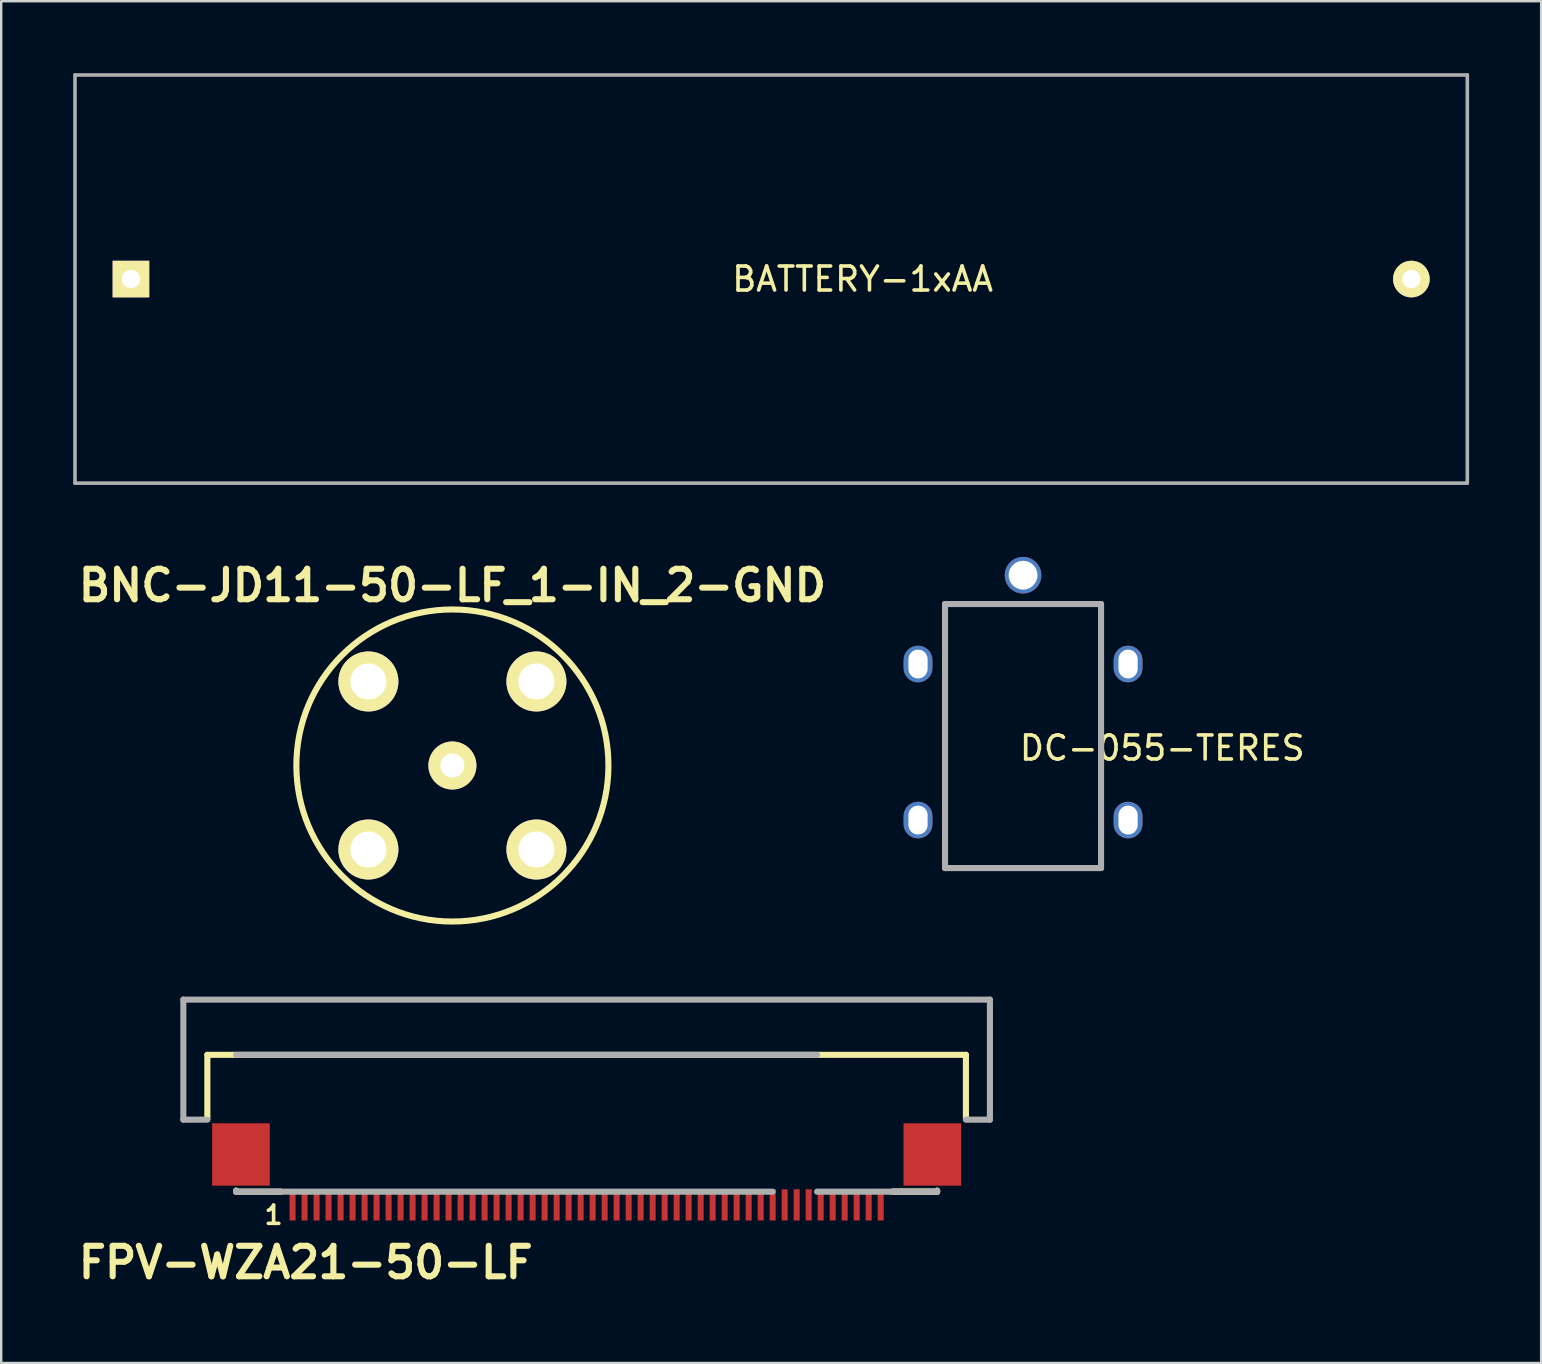
<source format=kicad_pcb>
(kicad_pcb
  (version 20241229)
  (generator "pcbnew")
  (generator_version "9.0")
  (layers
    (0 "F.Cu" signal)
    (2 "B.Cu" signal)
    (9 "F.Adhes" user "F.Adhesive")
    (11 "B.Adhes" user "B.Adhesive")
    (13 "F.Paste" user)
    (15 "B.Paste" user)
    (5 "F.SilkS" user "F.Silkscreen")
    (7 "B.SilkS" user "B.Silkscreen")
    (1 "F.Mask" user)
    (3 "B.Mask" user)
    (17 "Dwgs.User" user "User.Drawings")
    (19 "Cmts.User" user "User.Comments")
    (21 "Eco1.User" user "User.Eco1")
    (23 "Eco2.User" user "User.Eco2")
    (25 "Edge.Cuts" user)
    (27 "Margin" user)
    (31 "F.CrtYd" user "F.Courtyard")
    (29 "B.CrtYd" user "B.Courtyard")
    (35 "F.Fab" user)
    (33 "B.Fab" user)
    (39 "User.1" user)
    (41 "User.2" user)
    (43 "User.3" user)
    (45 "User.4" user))
  (footprint "FPV-WZA21-50-LF"
    (layer "F.Cu")
    (at 21.388 44.393)
    (property "Reference" "FPV-WZA21-50-LF" (at -11.7 5.15 0) (layer "F.SilkS") (effects (font (size 1.27 1.27) (thickness 0.254))))
    (attr smd)
    (fp_line (start -15.8 -3.5) (end 15.8 -3.5) (stroke (width 0.254) (type solid)) (layer "F.SilkS"))
    (fp_line (start -15.8 -0.84) (end -15.8 -3.5) (stroke (width 0.254) (type solid)) (layer "F.SilkS"))
    (fp_line (start -14.6 2.2) (end -14.6 2.16) (stroke (width 0.254) (type solid)) (layer "F.SilkS"))
    (fp_line (start -12.75 2.2) (end -14.6 2.2) (stroke (width 0.254) (type solid)) (layer "F.SilkS"))
    (fp_line (start 14.6 2.16) (end 14.6 2.2) (stroke (width 0.254) (type solid)) (layer "F.SilkS"))
    (fp_line (start 14.6 2.2) (end 12.75 2.2) (stroke (width 0.254) (type solid)) (layer "F.SilkS"))
    (fp_line (start 14.6 2.2) (end 12.75 2.2) (stroke (width 0.254) (type solid)) (layer "F.SilkS"))
    (fp_line (start 15.8 -3.5) (end 15.8 -0.84) (stroke (width 0.254) (type solid)) (layer "F.SilkS"))
    (fp_line (start -16.8 -5.8) (end 16.8 -5.8) (stroke (width 0.254) (type solid)) (layer "F.Fab"))
    (fp_line (start -16.8 -0.8) (end -16.8 -5.8) (stroke (width 0.254) (type solid)) (layer "F.Fab"))
    (fp_line (start -15.8 -0.8) (end -16.8 -0.8) (stroke (width 0.254) (type solid)) (layer "F.Fab"))
    (fp_line (start -14.6 2.15) (end -14.6 2.2) (stroke (width 0.254) (type solid)) (layer "F.Fab"))
    (fp_line (start -14.6 2.2) (end -12.75 2.2) (stroke (width 0.254) (type solid)) (layer "F.Fab"))
    (fp_line (start 7.749 2.2) (end -12.749 2.2) (stroke (width 0.254) (type solid)) (layer "F.Fab"))
    (fp_line (start 9.6 -3.5) (end -14.6 -3.5) (stroke (width 0.254) (type solid)) (layer "F.Fab"))
    (fp_line (start 9.6 2.2) (end 12.75 2.2) (stroke (width 0.254) (type solid)) (layer "F.Fab"))
    (fp_line (start 14.6 2.15) (end 14.6 2.2) (stroke (width 0.254) (type solid)) (layer "F.Fab"))
    (fp_line (start 14.6 2.2) (end 12.75 2.2) (stroke (width 0.254) (type solid)) (layer "F.Fab"))
    (fp_line (start 16.8 -5.8) (end 16.8 -0.8) (stroke (width 0.254) (type solid)) (layer "F.Fab"))
    (fp_line (start 16.8 -0.8) (end 15.8 -0.8) (stroke (width 0.254) (type solid)) (layer "F.Fab"))
    (fp_text user "1" (at -13.041 3.175 0) (layer "F.SilkS") (effects (font (size 0.762 0.762) (thickness 0.15))))
    (pad "0" smd rect (at -14.4 0.65 180) (size 2.4 2.6) (layers "F.Cu" "F.Mask" "F.Paste"))
    (pad "0" smd rect (at 14.4 0.65 180) (size 2.4 2.6) (layers "F.Cu" "F.Mask" "F.Paste"))
    (pad "1" smd rect (at -12.25 2.75 180) (size 0.25 1.3) (layers "F.Cu" "F.Mask" "F.Paste"))
    (pad "2" smd rect (at -11.75 2.75 180) (size 0.25 1.3) (layers "F.Cu" "F.Mask" "F.Paste"))
    (pad "3" smd rect (at -11.25 2.75 180) (size 0.25 1.3) (layers "F.Cu" "F.Mask" "F.Paste"))
    (pad "4" smd rect (at -10.75 2.75 180) (size 0.25 1.3) (layers "F.Cu" "F.Mask" "F.Paste"))
    (pad "5" smd rect (at -10.25 2.75 180) (size 0.25 1.3) (layers "F.Cu" "F.Mask" "F.Paste"))
    (pad "6" smd rect (at -9.75 2.75 180) (size 0.25 1.3) (layers "F.Cu" "F.Mask" "F.Paste"))
    (pad "7" smd rect (at -9.25 2.75 180) (size 0.25 1.3) (layers "F.Cu" "F.Mask" "F.Paste"))
    (pad "8" smd rect (at -8.75 2.75 180) (size 0.25 1.3) (layers "F.Cu" "F.Mask" "F.Paste"))
    (pad "9" smd rect (at -8.25 2.75 180) (size 0.25 1.3) (layers "F.Cu" "F.Mask" "F.Paste"))
    (pad "10" smd rect (at -7.75 2.75 180) (size 0.25 1.3) (layers "F.Cu" "F.Mask" "F.Paste"))
    (pad "11" smd rect (at -7.25 2.75 180) (size 0.25 1.3) (layers "F.Cu" "F.Mask" "F.Paste"))
    (pad "12" smd rect (at -6.75 2.75 180) (size 0.25 1.3) (layers "F.Cu" "F.Mask" "F.Paste"))
    (pad "13" smd rect (at -6.25 2.75 180) (size 0.25 1.3) (layers "F.Cu" "F.Mask" "F.Paste"))
    (pad "14" smd rect (at -5.75 2.75 180) (size 0.25 1.3) (layers "F.Cu" "F.Mask" "F.Paste"))
    (pad "15" smd rect (at -5.25 2.75 180) (size 0.25 1.3) (layers "F.Cu" "F.Mask" "F.Paste"))
    (pad "16" smd rect (at -4.75 2.75 180) (size 0.25 1.3) (layers "F.Cu" "F.Mask" "F.Paste"))
    (pad "17" smd rect (at -4.25 2.75 180) (size 0.25 1.3) (layers "F.Cu" "F.Mask" "F.Paste"))
    (pad "18" smd rect (at -3.75 2.75 180) (size 0.25 1.3) (layers "F.Cu" "F.Mask" "F.Paste"))
    (pad "19" smd rect (at -3.25 2.75 180) (size 0.25 1.3) (layers "F.Cu" "F.Mask" "F.Paste"))
    (pad "20" smd rect (at -2.75 2.75 180) (size 0.25 1.3) (layers "F.Cu" "F.Mask" "F.Paste"))
    (pad "21" smd rect (at -2.25 2.75 180) (size 0.25 1.3) (layers "F.Cu" "F.Mask" "F.Paste"))
    (pad "22" smd rect (at -1.75 2.75 180) (size 0.25 1.3) (layers "F.Cu" "F.Mask" "F.Paste"))
    (pad "23" smd rect (at -1.25 2.75 180) (size 0.25 1.3) (layers "F.Cu" "F.Mask" "F.Paste"))
    (pad "24" smd rect (at -0.75 2.75 180) (size 0.25 1.3) (layers "F.Cu" "F.Mask" "F.Paste"))
    (pad "25" smd rect (at -0.25 2.75 180) (size 0.25 1.3) (layers "F.Cu" "F.Mask" "F.Paste"))
    (pad "26" smd rect (at 0.25 2.75 180) (size 0.25 1.3) (layers "F.Cu" "F.Mask" "F.Paste"))
    (pad "27" smd rect (at 0.75 2.75 180) (size 0.25 1.3) (layers "F.Cu" "F.Mask" "F.Paste"))
    (pad "28" smd rect (at 1.25 2.75 180) (size 0.25 1.3) (layers "F.Cu" "F.Mask" "F.Paste"))
    (pad "29" smd rect (at 1.75 2.75 180) (size 0.25 1.3) (layers "F.Cu" "F.Mask" "F.Paste"))
    (pad "30" smd rect (at 2.25 2.75 180) (size 0.25 1.3) (layers "F.Cu" "F.Mask" "F.Paste"))
    (pad "31" smd rect (at 2.75 2.75 180) (size 0.25 1.3) (layers "F.Cu" "F.Mask" "F.Paste"))
    (pad "32" smd rect (at 3.25 2.75 180) (size 0.25 1.3) (layers "F.Cu" "F.Mask" "F.Paste"))
    (pad "33" smd rect (at 3.75 2.75 180) (size 0.25 1.3) (layers "F.Cu" "F.Mask" "F.Paste"))
    (pad "34" smd rect (at 4.25 2.75 180) (size 0.25 1.3) (layers "F.Cu" "F.Mask" "F.Paste"))
    (pad "35" smd rect (at 4.75 2.75 180) (size 0.25 1.3) (layers "F.Cu" "F.Mask" "F.Paste"))
    (pad "36" smd rect (at 5.25 2.75 180) (size 0.25 1.3) (layers "F.Cu" "F.Mask" "F.Paste"))
    (pad "37" smd rect (at 5.75 2.75 180) (size 0.25 1.3) (layers "F.Cu" "F.Mask" "F.Paste"))
    (pad "38" smd rect (at 6.25 2.75 180) (size 0.25 1.3) (layers "F.Cu" "F.Mask" "F.Paste"))
    (pad "39" smd rect (at 6.75 2.75 180) (size 0.25 1.3) (layers "F.Cu" "F.Mask" "F.Paste"))
    (pad "40" smd rect (at 7.25 2.75 180) (size 0.25 1.3) (layers "F.Cu" "F.Mask" "F.Paste"))
    (pad "41" smd rect (at 7.75 2.75 180) (size 0.25 1.3) (layers "F.Cu" "F.Mask" "F.Paste"))
    (pad "42" smd rect (at 8.25 2.75 180) (size 0.25 1.3) (layers "F.Cu" "F.Mask" "F.Paste"))
    (pad "43" smd rect (at 8.75 2.75 180) (size 0.25 1.3) (layers "F.Cu" "F.Mask" "F.Paste"))
    (pad "44" smd rect (at 9.25 2.75 180) (size 0.25 1.3) (layers "F.Cu" "F.Mask" "F.Paste"))
    (pad "45" smd rect (at 9.75 2.75 180) (size 0.25 1.3) (layers "F.Cu" "F.Mask" "F.Paste"))
    (pad "46" smd rect (at 10.25 2.75 180) (size 0.25 1.3) (layers "F.Cu" "F.Mask" "F.Paste"))
    (pad "47" smd rect (at 10.75 2.75 180) (size 0.25 1.3) (layers "F.Cu" "F.Mask" "F.Paste"))
    (pad "48" smd rect (at 11.25 2.75 180) (size 0.25 1.3) (layers "F.Cu" "F.Mask" "F.Paste"))
    (pad "49" smd rect (at 11.75 2.75 180) (size 0.25 1.3) (layers "F.Cu" "F.Mask" "F.Paste"))
    (pad "50" smd rect (at 12.25 2.75 180) (size 0.25 1.3) (layers "F.Cu" "F.Mask" "F.Paste")))
  (footprint "BNC-JD11-50-LF_1-IN_2-GND"
    (layer "F.Cu")
    (at 15.796 28.839)
    (property "Reference" "BNC-JD11-50-LF_1-IN_2-GND" (at 0 -7.5 0) (layer "F.SilkS") (effects (font (size 1.27 1.27) (thickness 0.254))))
    (attr smd)
    (fp_circle (center 0 0) (end -6.5 0) (stroke (width 0.254) (type solid)) (fill no) (layer "F.SilkS"))
    (pad "1" thru_hole circle (at 0 0) (size 2 2) (drill 1) (layers "*.Cu" "*.Mask" "F.SilkS" "B.Adhes"))
    (pad "2" thru_hole circle (at -3.5 -3.5) (size 2.5 2.5) (drill 1.5) (layers "*.Cu" "*.Mask" "F.SilkS" "B.Adhes"))
    (pad "2" thru_hole circle (at -3.5 3.5) (size 2.5 2.5) (drill 1.5) (layers "*.Cu" "*.Mask" "F.SilkS" "B.Adhes"))
    (pad "2" thru_hole circle (at 3.5 -3.5) (size 2.5 2.5) (drill 1.5) (layers "*.Cu" "*.Mask" "F.SilkS" "B.Adhes"))
    (pad "2" thru_hole circle (at 3.5 3.5) (size 2.5 2.5) (drill 1.5) (layers "*.Cu" "*.Mask" "F.SilkS" "B.Adhes")))
  (footprint "BATTERY-1xAA"
    (layer "F.Cu")
    (at 29.075 8.575)
    (property "Reference" "BATTERY-1xAA" (at 3.81 0 0) (layer "F.SilkS") (effects (font (size 1 1) (thickness 0.15))))
    (attr smd)
    (fp_line (start -29 -8.5) (end 29 -8.5) (stroke (width 0.15) (type solid)) (layer "F.Fab"))
    (fp_line (start -29 8.5) (end -29 -8.5) (stroke (width 0.15) (type solid)) (layer "F.Fab"))
    (fp_line (start 29 -8.5) (end 29 8.5) (stroke (width 0.15) (type solid)) (layer "F.Fab"))
    (fp_line (start 29 8.5) (end -29 8.5) (stroke (width 0.15) (type solid)) (layer "F.Fab"))
    (pad "1" thru_hole rect (at -26.67 0) (size 1.524 1.524) (drill 0.762) (layers "*.Cu" "*.Mask" "F.SilkS"))
    (pad "2" thru_hole circle (at 26.67 0) (size 1.524 1.524) (drill 0.762) (layers "*.Cu" "*.Mask" "F.SilkS")))
  (footprint "DC-055-TERES"
    (layer "F.Cu")
    (at 39.568 33.112)
    (property "Reference" "DC-055-TERES" (at 5.8 -5 0) (layer "F.SilkS") (effects (font (size 1 1) (thickness 0.15))))
    (attr through_hole)
    (fp_line (start -3.25 -11) (end -3.25 0) (stroke (width 0.254) (type solid)) (layer "F.Fab"))
    (fp_line (start -3.25 0) (end 3.25 0) (stroke (width 0.254) (type solid)) (layer "F.Fab"))
    (fp_line (start 3.25 -11) (end -3.25 -11) (stroke (width 0.254) (type solid)) (layer "F.Fab"))
    (fp_line (start 3.25 0) (end 3.25 -11) (stroke (width 0.254) (type solid)) (layer "F.Fab"))
    (pad "1" thru_hole circle (at 0 -12.2) (size 1.524 1.524) (drill 1.2) (layers "*.Cu" "*.Mask"))
    (pad "2" thru_hole oval (at -4.375 -8.5) (size 1.2 1.524) (drill oval 0.8 1.2) (layers "*.Cu" "*.Mask"))
    (pad "2" thru_hole oval (at -4.375 -2) (size 1.2 1.524) (drill oval 0.8 1.2) (layers "*.Cu" "*.Mask"))
    (pad "2" thru_hole oval (at 4.375 -8.5) (size 1.2 1.524) (drill oval 0.8 1.2) (layers "*.Cu" "*.Mask"))
    (pad "2" thru_hole oval (at 4.375 -2) (size 1.2 1.524) (drill oval 0.8 1.2) (layers "*.Cu" "*.Mask")))
  (gr_rect
    (start -3 -3)
    (end 61.15 53.731)
    (stroke (width 0.1) (type default))
    (fill no)
    (layer "Edge.Cuts")))
</source>
